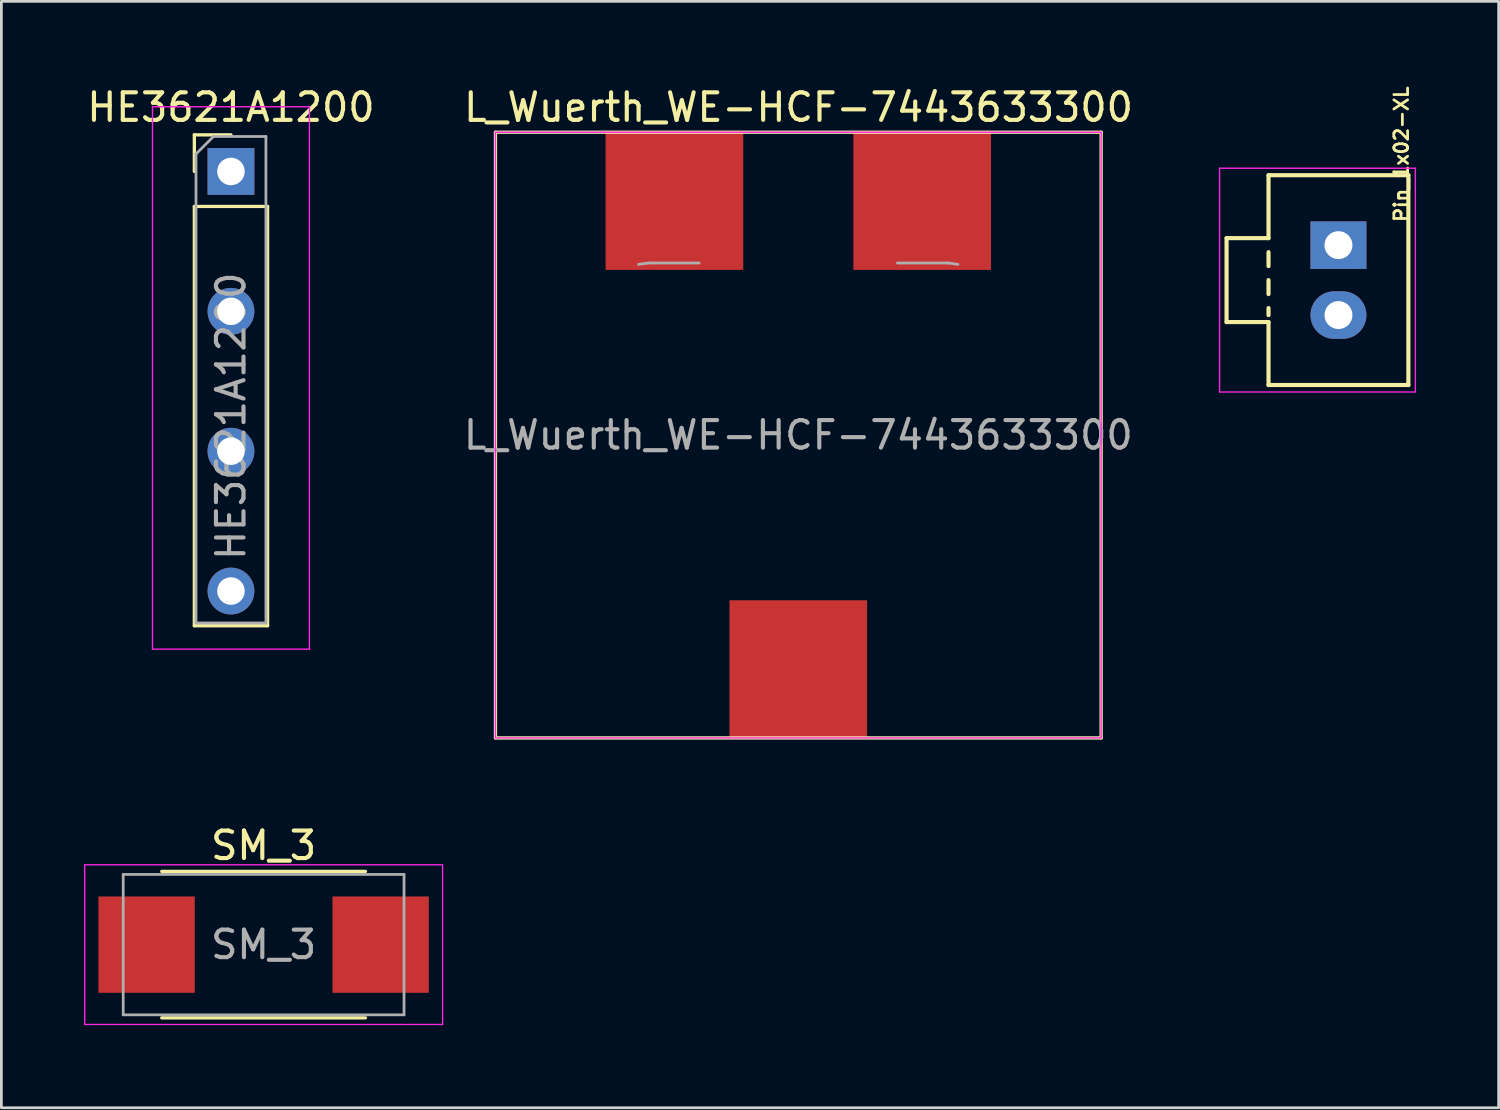
<source format=kicad_pcb>
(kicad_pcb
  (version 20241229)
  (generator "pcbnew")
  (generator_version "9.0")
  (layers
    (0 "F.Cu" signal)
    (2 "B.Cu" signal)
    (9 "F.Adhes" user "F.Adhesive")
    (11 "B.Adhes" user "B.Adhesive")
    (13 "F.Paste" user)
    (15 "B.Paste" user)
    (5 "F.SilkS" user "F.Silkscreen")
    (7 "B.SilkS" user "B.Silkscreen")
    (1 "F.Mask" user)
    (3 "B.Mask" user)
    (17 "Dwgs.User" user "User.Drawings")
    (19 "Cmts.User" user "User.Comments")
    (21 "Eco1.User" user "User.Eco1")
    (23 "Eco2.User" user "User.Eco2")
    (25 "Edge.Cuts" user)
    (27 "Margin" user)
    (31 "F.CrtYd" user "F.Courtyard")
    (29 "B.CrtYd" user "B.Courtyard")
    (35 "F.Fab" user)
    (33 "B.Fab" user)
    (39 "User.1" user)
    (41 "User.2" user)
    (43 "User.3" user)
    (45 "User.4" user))
  (footprint "SM_3"
    (layer "F.Cu")
    (at 6.525 31.261)
    (property "Reference" "SM_3" (at 0 -3.6 0) (layer "F.SilkS") (effects (font (size 1 1) (thickness 0.15))))
    (attr smd)
    (fp_line (start -3.7 -2.66) (end 3.7 -2.66) (stroke (width 0.12) (type solid)) (layer "F.SilkS"))
    (fp_line (start -3.7 2.66) (end 3.7 2.66) (stroke (width 0.12) (type solid)) (layer "F.SilkS"))
    (fp_line (start -6.5 -2.9) (end 6.5 -2.9) (stroke (width 0.05) (type solid)) (layer "F.CrtYd"))
    (fp_line (start -6.5 2.9) (end -6.5 -2.9) (stroke (width 0.05) (type solid)) (layer "F.CrtYd"))
    (fp_line (start 6.5 -2.9) (end 6.5 2.9) (stroke (width 0.05) (type solid)) (layer "F.CrtYd"))
    (fp_line (start 6.5 2.9) (end -6.5 2.9) (stroke (width 0.05) (type solid)) (layer "F.CrtYd"))
    (fp_line (start -5.1 -2.55) (end 5.1 -2.55) (stroke (width 0.1) (type solid)) (layer "F.Fab"))
    (fp_line (start -5.1 2.55) (end -5.1 -2.55) (stroke (width 0.1) (type solid)) (layer "F.Fab"))
    (fp_line (start 5.1 -2.55) (end 5.1 2.55) (stroke (width 0.1) (type solid)) (layer "F.Fab"))
    (fp_line (start 5.1 2.55) (end -5.1 2.55) (stroke (width 0.1) (type solid)) (layer "F.Fab"))
    (fp_text user "${REFERENCE}" (at 0 0 0) (layer "F.Fab") (effects (font (size 1 1) (thickness 0.15))))
    (pad "1" smd rect (at -4.25 0) (size 3.5 3.5) (layers "F.Cu" "F.Mask" "F.Paste"))
    (pad "2" smd rect (at 4.25 0) (size 3.5 3.5) (layers "F.Cu" "F.Mask" "F.Paste")))
  (footprint "L_Wuerth_WE-HCF-7443633300"
    (layer "F.Cu")
    (at 25.946 12.753)
    (property "Reference" "L_Wuerth_WE-HCF-7443633300" (at 0.008 -11.905 0) (layer "F.SilkS") (effects (font (size 1 1) (thickness 0.15))))
    (attr smd)
    (fp_line (start -11 11) (end -11 -11) (stroke (width 0.12) (type solid)) (layer "F.SilkS"))
    (fp_line (start 11 -11) (end -11 -11) (stroke (width 0.12) (type solid)) (layer "F.SilkS"))
    (fp_line (start 11 -11) (end 11 11) (stroke (width 0.12) (type solid)) (layer "F.SilkS"))
    (fp_line (start 11 11) (end -11 11) (stroke (width 0.12) (type solid)) (layer "F.SilkS"))
    (fp_line (start -11 -11) (end 11 -11) (stroke (width 0.05) (type solid)) (layer "F.CrtYd"))
    (fp_line (start -11 11) (end -11 -11) (stroke (width 0.05) (type solid)) (layer "F.CrtYd"))
    (fp_line (start 11 -11) (end 11 11) (stroke (width 0.05) (type solid)) (layer "F.CrtYd"))
    (fp_line (start 11 11) (end -11 11) (stroke (width 0.05) (type solid)) (layer "F.CrtYd"))
    (fp_line (start -5.45 -6.25) (end -5.8 -6.2) (stroke (width 0.1) (type solid)) (layer "F.Fab"))
    (fp_line (start -3.6 -6.25) (end -5.45 -6.25) (stroke (width 0.1) (type solid)) (layer "F.Fab"))
    (fp_line (start 3.6 -6.25) (end 5.45 -6.25) (stroke (width 0.1) (type solid)) (layer "F.Fab"))
    (fp_line (start 5.45 -6.25) (end 5.8 -6.2) (stroke (width 0.1) (type solid)) (layer "F.Fab"))
    (fp_text user "${REFERENCE}" (at 0 0 0) (layer "F.Fab") (effects (font (size 1 1) (thickness 0.15))))
    (pad "1" smd rect (at -4.5 -8.5) (size 5 5) (layers "F.Cu" "F.Mask" "F.Paste"))
    (pad "2" smd rect (at 4.5 -8.5) (size 5 5) (layers "F.Cu" "F.Mask" "F.Paste"))
    (pad "3" smd rect (at 0 8.5) (size 5 5) (layers "F.Cu" "F.Mask" "F.Paste")))
  (footprint "HE3621A1200"
    (layer "F.Cu")
    (at 5.339 3.178)
    (property "Reference" "HE3621A1200" (at 0 -2.33 0) (layer "F.SilkS") (effects (font (size 1 1) (thickness 0.15))))
    (attr through_hole)
    (fp_line (start -1.33 -1.33) (end 0 -1.33) (stroke (width 0.12) (type solid)) (layer "F.SilkS"))
    (fp_line (start -1.33 0) (end -1.33 -1.33) (stroke (width 0.12) (type solid)) (layer "F.SilkS"))
    (fp_line (start -1.33 1.27) (end -1.33 16.5) (stroke (width 0.12) (type solid)) (layer "F.SilkS"))
    (fp_line (start -1.33 1.27) (end 1.33 1.27) (stroke (width 0.12) (type solid)) (layer "F.SilkS"))
    (fp_line (start -1.33 16.5) (end 1.33 16.5) (stroke (width 0.12) (type solid)) (layer "F.SilkS"))
    (fp_line (start 1.33 1.27) (end 1.33 16.5) (stroke (width 0.12) (type solid)) (layer "F.SilkS"))
    (fp_line (start -2.85 -2.35) (end -2.85 17.35) (stroke (width 0.05) (type solid)) (layer "F.CrtYd"))
    (fp_line (start -2.85 17.35) (end 2.85 17.35) (stroke (width 0.05) (type solid)) (layer "F.CrtYd"))
    (fp_line (start 2.85 -2.35) (end -2.85 -2.35) (stroke (width 0.05) (type solid)) (layer "F.CrtYd"))
    (fp_line (start 2.85 17.35) (end 2.85 -2.35) (stroke (width 0.05) (type solid)) (layer "F.CrtYd"))
    (fp_line (start -1.27 -0.635) (end -0.635 -1.27) (stroke (width 0.1) (type solid)) (layer "F.Fab"))
    (fp_line (start -1.27 16.4) (end -1.27 -0.635) (stroke (width 0.1) (type solid)) (layer "F.Fab"))
    (fp_line (start -0.635 -1.27) (end 1.27 -1.27) (stroke (width 0.1) (type solid)) (layer "F.Fab"))
    (fp_line (start 1.27 -1.27) (end 1.27 16.4) (stroke (width 0.1) (type solid)) (layer "F.Fab"))
    (fp_line (start 1.27 16.4) (end -1.27 16.4) (stroke (width 0.1) (type solid)) (layer "F.Fab"))
    (fp_text user "${REFERENCE}" (at 0 8.89 90) (layer "F.Fab") (effects (font (size 1 1) (thickness 0.15))))
    (pad "1" thru_hole rect (at 0 0) (size 1.7 1.7) (drill 1) (layers "*.Cu" "*.Mask"))
    (pad "2" thru_hole oval (at 0 5.08) (size 1.7 1.7) (drill 1) (layers "*.Cu" "*.Mask"))
    (pad "3" thru_hole oval (at 0 10.16) (size 1.7 1.7) (drill 1) (layers "*.Cu" "*.Mask"))
    (pad "4" thru_hole oval (at 0 15.24) (size 1.7 1.7) (drill 1) (layers "*.Cu" "*.Mask")))
  (footprint "Pin_1x02-XL"
    (layer "F.Cu")
    (at 45.565 5.854)
    (property "Reference" "Pin_1x02-XL" (at 2.286 -3.302 90) (layer "F.SilkS") (effects (font (size 0.5 0.5) (thickness 0.1))))
    (attr through_hole)
    (fp_line (start -4.064 -0.254) (end -4.064 2.794) (stroke (width 0.15) (type solid)) (layer "F.SilkS"))
    (fp_line (start -4.064 2.794) (end -2.54 2.794) (stroke (width 0.15) (type solid)) (layer "F.SilkS"))
    (fp_line (start -2.54 -2.54) (end -2.54 -0.254) (stroke (width 0.15) (type solid)) (layer "F.SilkS"))
    (fp_line (start -2.54 -0.254) (end -4.064 -0.254) (stroke (width 0.15) (type solid)) (layer "F.SilkS"))
    (fp_line (start -2.54 0.254) (end -2.54 0.762) (stroke (width 0.15) (type solid)) (layer "F.SilkS"))
    (fp_line (start -2.54 1.27) (end -2.54 1.778) (stroke (width 0.15) (type solid)) (layer "F.SilkS"))
    (fp_line (start -2.54 2.286) (end -2.54 2.54) (stroke (width 0.15) (type solid)) (layer "F.SilkS"))
    (fp_line (start -2.54 2.794) (end -2.54 5.08) (stroke (width 0.15) (type solid)) (layer "F.SilkS"))
    (fp_line (start -2.54 5.08) (end 2.54 5.08) (stroke (width 0.15) (type solid)) (layer "F.SilkS"))
    (fp_line (start 2.54 -2.54) (end -2.54 -2.54) (stroke (width 0.15) (type solid)) (layer "F.SilkS"))
    (fp_line (start 2.54 -2.54) (end 2.54 5.08) (stroke (width 0.15) (type solid)) (layer "F.SilkS"))
    (fp_line (start -4.318 5.334) (end -4.318 -2.794) (stroke (width 0.05) (type solid)) (layer "F.CrtYd"))
    (fp_line (start -4.318 5.334) (end 2.794 5.334) (stroke (width 0.05) (type solid)) (layer "F.CrtYd"))
    (fp_line (start 2.794 -2.794) (end -4.318 -2.794) (stroke (width 0.05) (type solid)) (layer "F.CrtYd"))
    (fp_line (start 2.794 5.334) (end 2.794 -2.794) (stroke (width 0.05) (type solid)) (layer "F.CrtYd"))
    (pad "1" thru_hole rect (at 0 0) (size 2.032 1.727) (drill 1.016) (layers "*.Cu" "*.Mask"))
    (pad "2" thru_hole oval (at 0 2.54) (size 2.032 1.727) (drill 1.016) (layers "*.Cu" "*.Mask")))
  (gr_rect
    (start -3 -3)
    (end 51.384 37.186)
    (stroke (width 0.1) (type default))
    (fill no)
    (layer "Edge.Cuts")))
</source>
